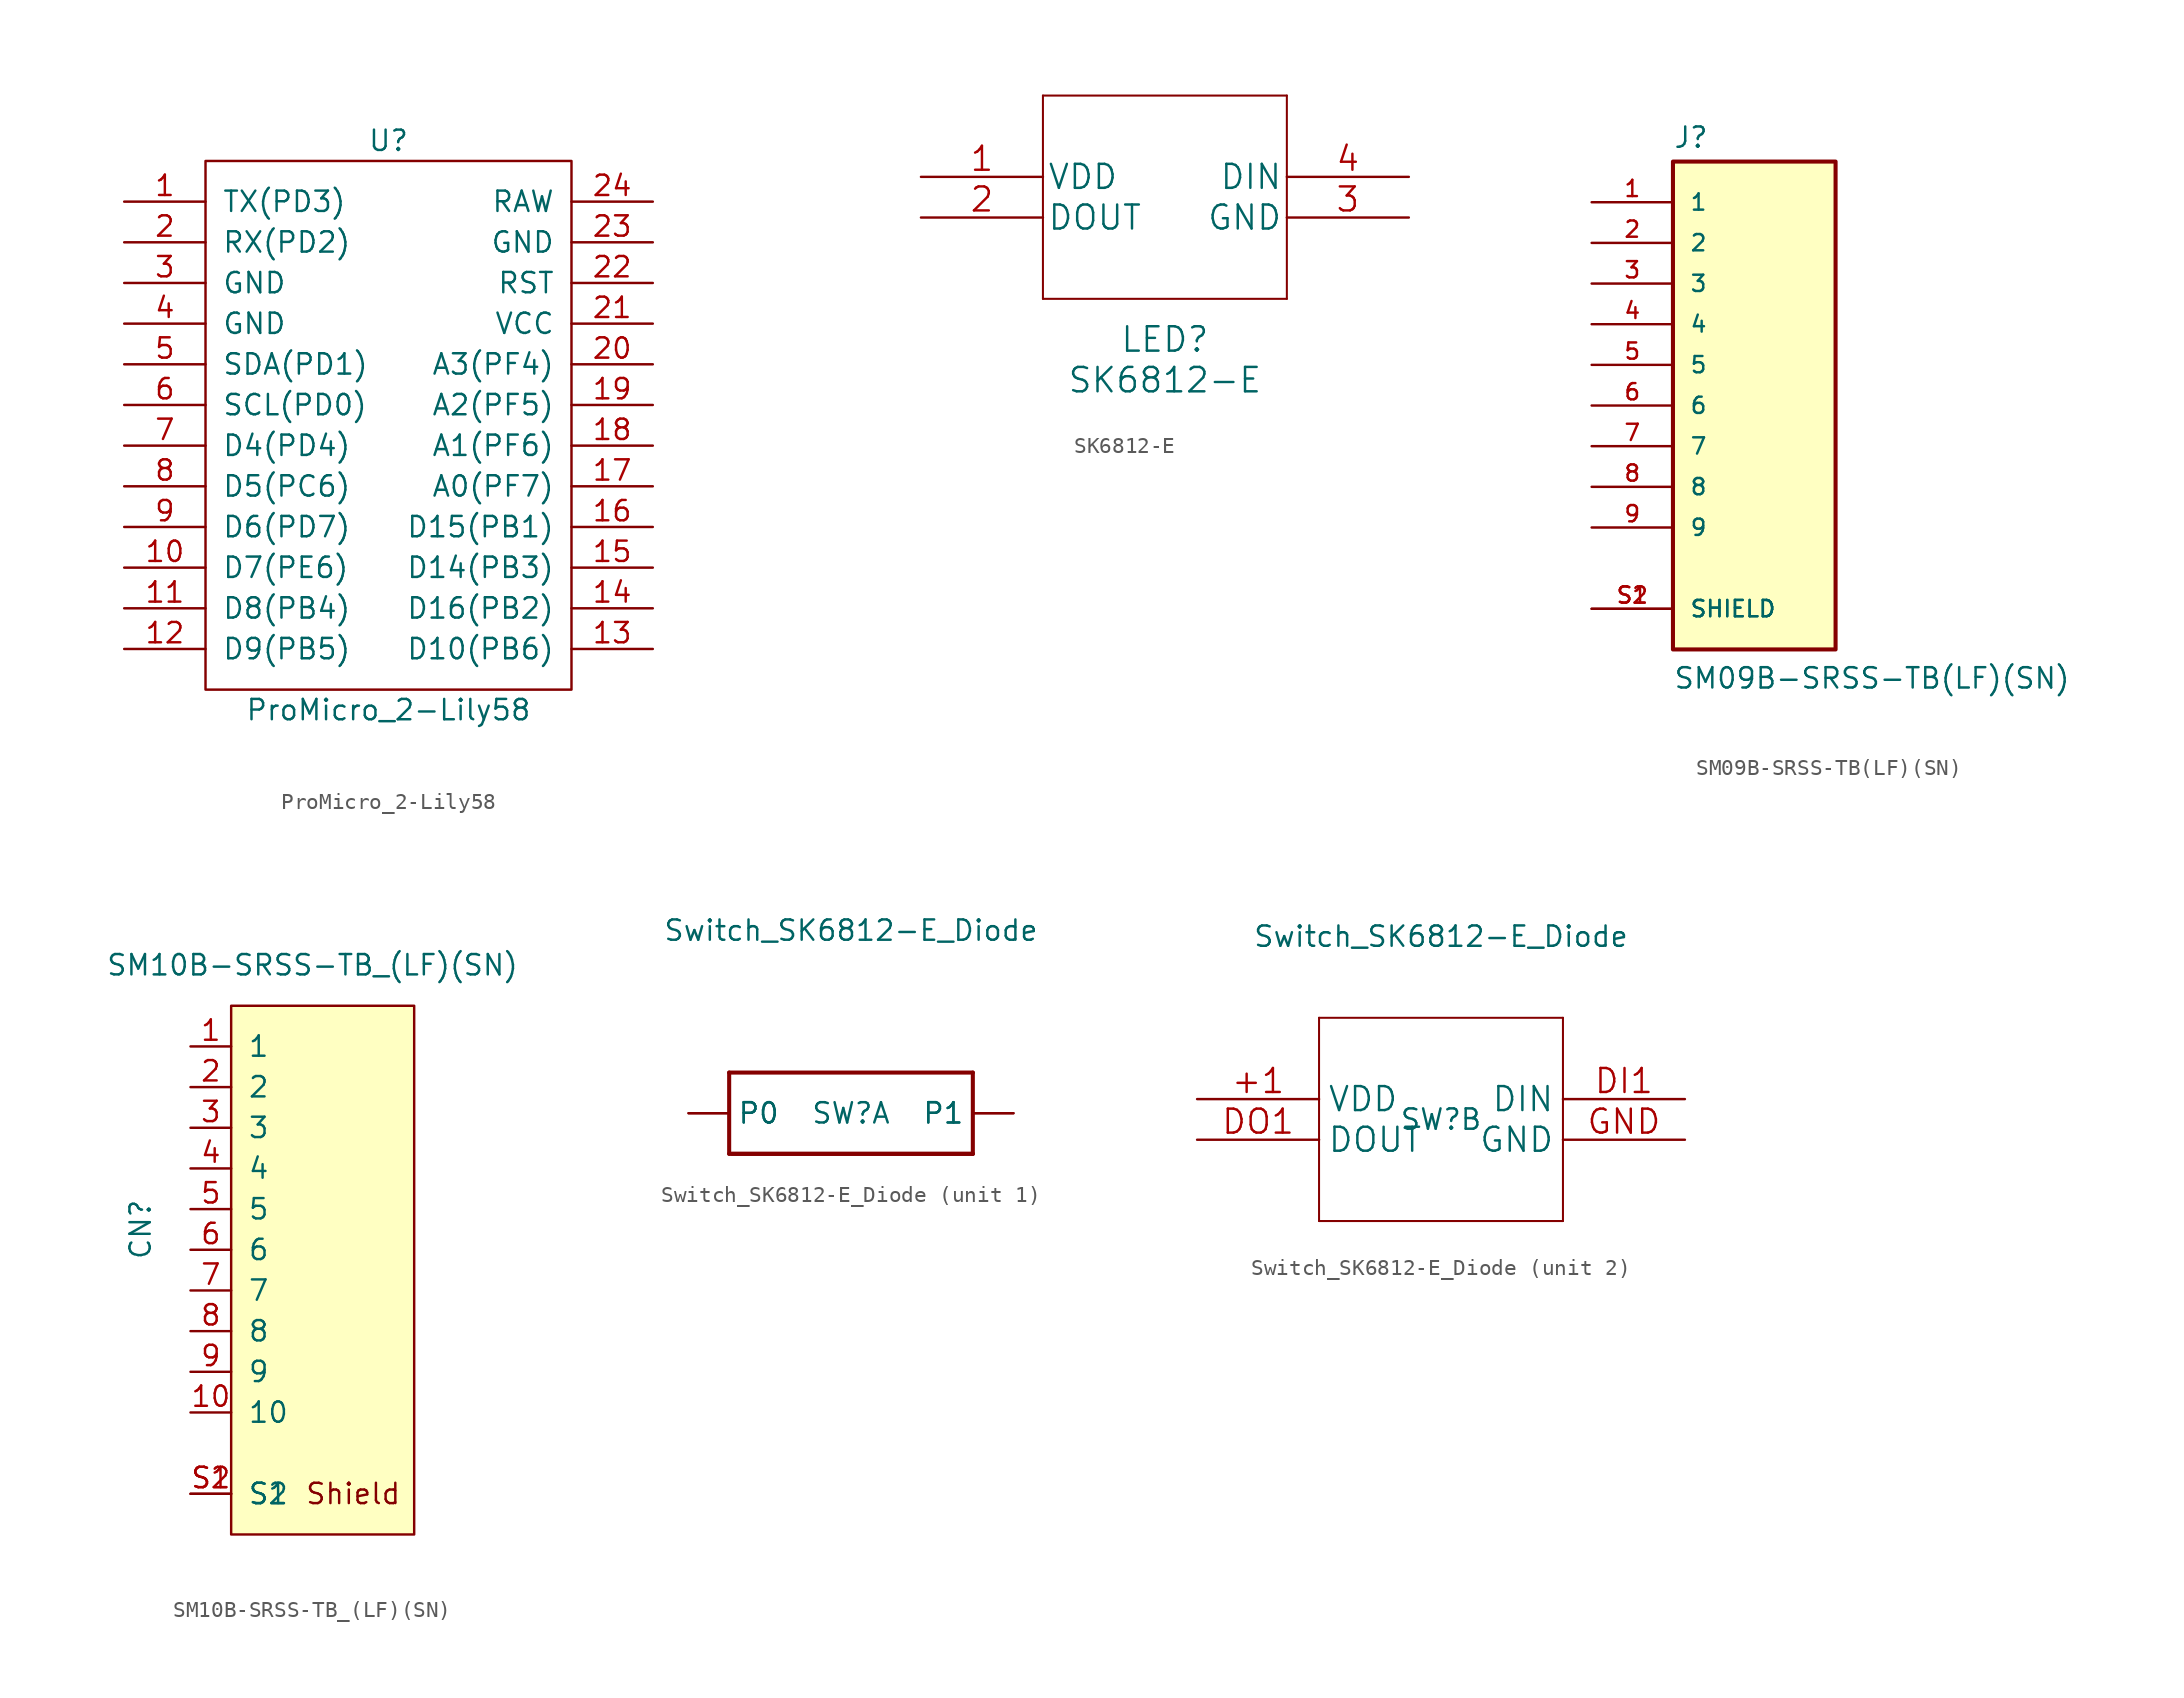
<source format=kicad_sym>
(kicad_symbol_lib
  (version 20220914)
  (generator kicad_symbol_editor)
  (symbol "ProMicro_2-Lily58"
    (pin_names
      (offset 1.016))
    (property "Reference" "U"
      (at 0 17.78 0)
      (effects (font (size 1.27 1.27))))
    (property "Value" "ProMicro_2-Lily58"
      (at 0 -17.78 0)
      (effects (font (size 1.27 1.27))))
    (symbol "ProMicro_2-Lily58_0_1"
      (rectangle (start -11.43 16.51) (end 11.43 -16.51) (stroke (width 0) (type solid)) (fill (type none))))
    (symbol "ProMicro_2-Lily58_1_1"
      (pin bidirectional line (at -16.51 13.97 0) (length 5.08) (name "TX(PD3)" (effects (font (size 1.27 1.27)))) (number "1" (effects (font (size 1.27 1.27)))))
      (pin input line (at -16.51 -8.89 0) (length 5.08) (name "D7(PE6)" (effects (font (size 1.27 1.27)))) (number "10" (effects (font (size 1.27 1.27)))))
      (pin input line (at -16.51 -11.43 0) (length 5.08) (name "D8(PB4)" (effects (font (size 1.27 1.27)))) (number "11" (effects (font (size 1.27 1.27)))))
      (pin input line (at -16.51 -13.97 0) (length 5.08) (name "D9(PB5)" (effects (font (size 1.27 1.27)))) (number "12" (effects (font (size 1.27 1.27)))))
      (pin input line (at 16.51 -13.97 180) (length 5.08) (name "D10(PB6)" (effects (font (size 1.27 1.27)))) (number "13" (effects (font (size 1.27 1.27)))))
      (pin input line (at 16.51 -11.43 180) (length 5.08) (name "D16(PB2)" (effects (font (size 1.27 1.27)))) (number "14" (effects (font (size 1.27 1.27)))))
      (pin input line (at 16.51 -8.89 180) (length 5.08) (name "D14(PB3)" (effects (font (size 1.27 1.27)))) (number "15" (effects (font (size 1.27 1.27)))))
      (pin input line (at 16.51 -6.35 180) (length 5.08) (name "D15(PB1)" (effects (font (size 1.27 1.27)))) (number "16" (effects (font (size 1.27 1.27)))))
      (pin input line (at 16.51 -3.81 180) (length 5.08) (name "A0(PF7)" (effects (font (size 1.27 1.27)))) (number "17" (effects (font (size 1.27 1.27)))))
      (pin input line (at 16.51 -1.27 180) (length 5.08) (name "A1(PF6)" (effects (font (size 1.27 1.27)))) (number "18" (effects (font (size 1.27 1.27)))))
      (pin input line (at 16.51 1.27 180) (length 5.08) (name "A2(PF5)" (effects (font (size 1.27 1.27)))) (number "19" (effects (font (size 1.27 1.27)))))
      (pin input line (at -16.51 11.43 0) (length 5.08) (name "RX(PD2)" (effects (font (size 1.27 1.27)))) (number "2" (effects (font (size 1.27 1.27)))))
      (pin input line (at 16.51 3.81 180) (length 5.08) (name "A3(PF4)" (effects (font (size 1.27 1.27)))) (number "20" (effects (font (size 1.27 1.27)))))
      (pin input line (at 16.51 6.35 180) (length 5.08) (name "VCC" (effects (font (size 1.27 1.27)))) (number "21" (effects (font (size 1.27 1.27)))))
      (pin input line (at 16.51 8.89 180) (length 5.08) (name "RST" (effects (font (size 1.27 1.27)))) (number "22" (effects (font (size 1.27 1.27)))))
      (pin input line (at 16.51 11.43 180) (length 5.08) (name "GND" (effects (font (size 1.27 1.27)))) (number "23" (effects (font (size 1.27 1.27)))))
      (pin input line (at 16.51 13.97 180) (length 5.08) (name "RAW" (effects (font (size 1.27 1.27)))) (number "24" (effects (font (size 1.27 1.27)))))
      (pin input line (at -16.51 8.89 0) (length 5.08) (name "GND" (effects (font (size 1.27 1.27)))) (number "3" (effects (font (size 1.27 1.27)))))
      (pin input line (at -16.51 6.35 0) (length 5.08) (name "GND" (effects (font (size 1.27 1.27)))) (number "4" (effects (font (size 1.27 1.27)))))
      (pin input line (at -16.51 3.81 0) (length 5.08) (name "SDA(PD1)" (effects (font (size 1.27 1.27)))) (number "5" (effects (font (size 1.27 1.27)))))
      (pin input line (at -16.51 1.27 0) (length 5.08) (name "SCL(PD0)" (effects (font (size 1.27 1.27)))) (number "6" (effects (font (size 1.27 1.27)))))
      (pin input line (at -16.51 -1.27 0) (length 5.08) (name "D4(PD4)" (effects (font (size 1.27 1.27)))) (number "7" (effects (font (size 1.27 1.27)))))
      (pin input line (at -16.51 -3.81 0) (length 5.08) (name "D5(PC6)" (effects (font (size 1.27 1.27)))) (number "8" (effects (font (size 1.27 1.27)))))
      (pin input line (at -16.51 -6.35 0) (length 5.08) (name "D6(PD7)" (effects (font (size 1.27 1.27)))) (number "9" (effects (font (size 1.27 1.27)))))))
  (symbol "SK6812-E"
    (pin_names
      (offset 0.254))
    (property "Reference" "LED"
      (at 15.24 -10.16 0)
      (effects (font (size 1.524 1.524))))
    (property "Value" "SK6812-E"
      (at 15.24 -12.7 0)
      (effects (font (size 1.524 1.524))))
    (property "Datasheet" ""
      (at -5.08 0 0)
      (effects (font (size 1.524 1.524))))
    (symbol "SK6812-E_1_1"
      (polyline (pts (xy 7.62 -7.62) (xy 22.86 -7.62)) (stroke (width 0.127) (type default)) (fill (type none)))
      (polyline (pts (xy 7.62 5.08) (xy 7.62 -7.62)) (stroke (width 0.127) (type default)) (fill (type none)))
      (polyline (pts (xy 22.86 -7.62) (xy 22.86 5.08)) (stroke (width 0.127) (type default)) (fill (type none)))
      (polyline (pts (xy 22.86 5.08) (xy 7.62 5.08)) (stroke (width 0.127) (type default)) (fill (type none)))
      (pin power_in line (at 0 0 0) (length 7.62) (name "VDD" (effects (font (size 1.499 1.499)))) (number "1" (effects (font (size 1.499 1.499)))))
      (pin output line (at 0 -2.54 0) (length 7.62) (name "DOUT" (effects (font (size 1.499 1.499)))) (number "2" (effects (font (size 1.499 1.499)))))
      (pin power_out line (at 30.48 -2.54 180) (length 7.62) (name "GND" (effects (font (size 1.499 1.499)))) (number "3" (effects (font (size 1.499 1.499)))))
      (pin input line (at 30.48 0 180) (length 7.62) (name "DIN" (effects (font (size 1.499 1.499)))) (number "4" (effects (font (size 1.499 1.499)))))))
  (symbol "SM09B-SRSS-TB(LF)(SN)"
    (pin_names
      (offset 1.016))
    (property "Reference" "J"
      (at -5.08 16.002 0)
      (effects (font (size 1.27 1.27)) (justify left bottom)))
    (property "Value" "SM09B-SRSS-TB(LF)(SN)"
      (at -5.08 -17.78 0)
      (effects (font (size 1.27 1.27)) (justify left bottom)))
    (symbol "SM09B-SRSS-TB(LF)(SN)_0_0"
      (rectangle (start -5.08 -15.24) (end 5.08 15.24) (stroke (width 0.254) (type default)) (fill (type background)))
      (pin passive line (at -10.16 12.7 0) (length 5.08) (name "1" (effects (font (size 1.016 1.016)))) (number "1" (effects (font (size 1.016 1.016)))))
      (pin passive line (at -10.16 10.16 0) (length 5.08) (name "2" (effects (font (size 1.016 1.016)))) (number "2" (effects (font (size 1.016 1.016)))))
      (pin passive line (at -10.16 7.62 0) (length 5.08) (name "3" (effects (font (size 1.016 1.016)))) (number "3" (effects (font (size 1.016 1.016)))))
      (pin passive line (at -10.16 5.08 0) (length 5.08) (name "4" (effects (font (size 1.016 1.016)))) (number "4" (effects (font (size 1.016 1.016)))))
      (pin passive line (at -10.16 2.54 0) (length 5.08) (name "5" (effects (font (size 1.016 1.016)))) (number "5" (effects (font (size 1.016 1.016)))))
      (pin passive line (at -10.16 0 0) (length 5.08) (name "6" (effects (font (size 1.016 1.016)))) (number "6" (effects (font (size 1.016 1.016)))))
      (pin passive line (at -10.16 -2.54 0) (length 5.08) (name "7" (effects (font (size 1.016 1.016)))) (number "7" (effects (font (size 1.016 1.016)))))
      (pin passive line (at -10.16 -5.08 0) (length 5.08) (name "8" (effects (font (size 1.016 1.016)))) (number "8" (effects (font (size 1.016 1.016)))))
      (pin passive line (at -10.16 -7.62 0) (length 5.08) (name "9" (effects (font (size 1.016 1.016)))) (number "9" (effects (font (size 1.016 1.016)))))
      (pin passive line (at -10.16 -12.7 0) (length 5.08) (name "SHIELD" (effects (font (size 1.016 1.016)))) (number "S1" (effects (font (size 1.016 1.016)))))
      (pin passive line (at -10.16 -12.7 0) (length 5.08) (name "SHIELD" (effects (font (size 1.016 1.016)))) (number "S2" (effects (font (size 1.016 1.016)))))))
  (symbol "SM10B-SRSS-TB_(LF)(SN)"
    (pin_names
      (offset 1.016))
    (property "Reference" "CN"
      (at -9.474 3.81 90)
      (effects (font (size 1.27 1.27))))
    (property "Value" "SM10B-SRSS-TB_(LF)(SN)"
      (at 1.27 20.32 0)
      (effects (font (size 1.27 1.27))))
    (symbol "SM10B-SRSS-TB_(LF)(SN)_1_1"
      (rectangle (start -3.81 17.78) (end 7.62 -15.24) (stroke (width 0.152) (type solid)) (fill (type background)))
      (text "Shield" (at 3.81 -12.7 0) (effects (font (size 1.27 1.27))))
      (pin input line (at -6.35 15.24 0) (length 2.54) (name "1" (effects (font (size 1.27 1.27)))) (number "1" (effects (font (size 1.27 1.27)))))
      (pin input line (at -6.35 -7.62 0) (length 2.54) (name "10" (effects (font (size 1.27 1.27)))) (number "10" (effects (font (size 1.27 1.27)))))
      (pin input line (at -6.35 12.7 0) (length 2.54) (name "2" (effects (font (size 1.27 1.27)))) (number "2" (effects (font (size 1.27 1.27)))))
      (pin input line (at -6.35 10.16 0) (length 2.54) (name "3" (effects (font (size 1.27 1.27)))) (number "3" (effects (font (size 1.27 1.27)))))
      (pin input line (at -6.35 7.62 0) (length 2.54) (name "4" (effects (font (size 1.27 1.27)))) (number "4" (effects (font (size 1.27 1.27)))))
      (pin input line (at -6.35 5.08 0) (length 2.54) (name "5" (effects (font (size 1.27 1.27)))) (number "5" (effects (font (size 1.27 1.27)))))
      (pin input line (at -6.35 2.54 0) (length 2.54) (name "6" (effects (font (size 1.27 1.27)))) (number "6" (effects (font (size 1.27 1.27)))))
      (pin input line (at -6.35 0 0) (length 2.54) (name "7" (effects (font (size 1.27 1.27)))) (number "7" (effects (font (size 1.27 1.27)))))
      (pin input line (at -6.35 -2.54 0) (length 2.54) (name "8" (effects (font (size 1.27 1.27)))) (number "8" (effects (font (size 1.27 1.27)))))
      (pin input line (at -6.35 -5.08 0) (length 2.54) (name "9" (effects (font (size 1.27 1.27)))) (number "9" (effects (font (size 1.27 1.27)))))
      (pin input line (at -6.35 -12.7 0) (length 2.54) (name "S1" (effects (font (size 1.27 1.27)))) (number "S1" (effects (font (size 1.27 1.27)))))
      (pin input line (at -6.35 -12.7 0) (length 2.54) (name "S2" (effects (font (size 1.27 1.27)))) (number "S2" (effects (font (size 1.27 1.27)))))))
  (symbol "Switch_SK6812-E_Diode"
    (property "Reference" "SW"
      (at 0 0 0)
      (effects (font (size 1.27 1.27))))
    (property "Value" "Switch_SK6812-E_Diode"
      (at 0 11.43 0)
      (effects (font (size 1.27 1.27))))
    (symbol "Switch_SK6812-E_Diode_1_0"
      (polyline (pts (xy -7.62 -2.54) (xy -7.62 2.54)) (stroke (width 0.254) (type default)) (fill (type none)))
      (polyline (pts (xy -7.62 -2.54) (xy 7.62 -2.54)) (stroke (width 0.254) (type default)) (fill (type none)))
      (polyline (pts (xy 7.62 -2.54) (xy -7.46 -2.54)) (stroke (width 0.254) (type default)) (fill (type none)))
      (polyline (pts (xy 7.62 -2.54) (xy 7.62 2.54)) (stroke (width 0.254) (type default)) (fill (type none)))
      (polyline (pts (xy 7.62 2.54) (xy -7.62 2.54)) (stroke (width 0.254) (type default)) (fill (type none)))
      (pin bidirectional line (at 10.16 0 180) (length 2.54) (name "P1" (effects (font (size 1.27 1.27)))) (number "CHOC1" (effects (font (size 0 0)))))
      (pin bidirectional line (at -10.16 0 0) (length 2.54) (name "P0" (effects (font (size 1.27 1.27)))) (number "CHOC2" (effects (font (size 0 0)))))
      (pin bidirectional line (at 10.16 0 180) (length 2.54) (name "P1" (effects (font (size 1.27 1.27)))) (number "MX1" (effects (font (size 0 0)))))
      (pin bidirectional line (at -10.16 0 0) (length 2.54) (name "P0" (effects (font (size 1.27 1.27)))) (number "MX2" (effects (font (size 0 0))))))
    (symbol "Switch_SK6812-E_Diode_2_1"
      (polyline (pts (xy -7.62 -6.35) (xy 7.62 -6.35)) (stroke (width 0.127) (type default)) (fill (type none)))
      (polyline (pts (xy -7.62 6.35) (xy -7.62 -6.35)) (stroke (width 0.127) (type default)) (fill (type none)))
      (polyline (pts (xy 7.62 -6.35) (xy 7.62 6.35)) (stroke (width 0.127) (type default)) (fill (type none)))
      (polyline (pts (xy 7.62 6.35) (xy -7.62 6.35)) (stroke (width 0.127) (type default)) (fill (type none)))
      (pin power_in line (at -15.24 1.27 0) (length 7.62) (name "VDD" (effects (font (size 1.499 1.499)))) (number "+1" (effects (font (size 1.499 1.499)))))
      (pin input line (at 15.24 1.27 180) (length 7.62) (name "DIN" (effects (font (size 1.499 1.499)))) (number "DI1" (effects (font (size 1.499 1.499)))))
      (pin output line (at -15.24 -1.27 0) (length 7.62) (name "DOUT" (effects (font (size 1.499 1.499)))) (number "DO1" (effects (font (size 1.499 1.499)))))
      (pin power_in line (at 15.24 -1.27 180) (length 7.62) (name "GND" (effects (font (size 1.499 1.499)))) (number "GND" (effects (font (size 1.499 1.499))))))))
</source>
